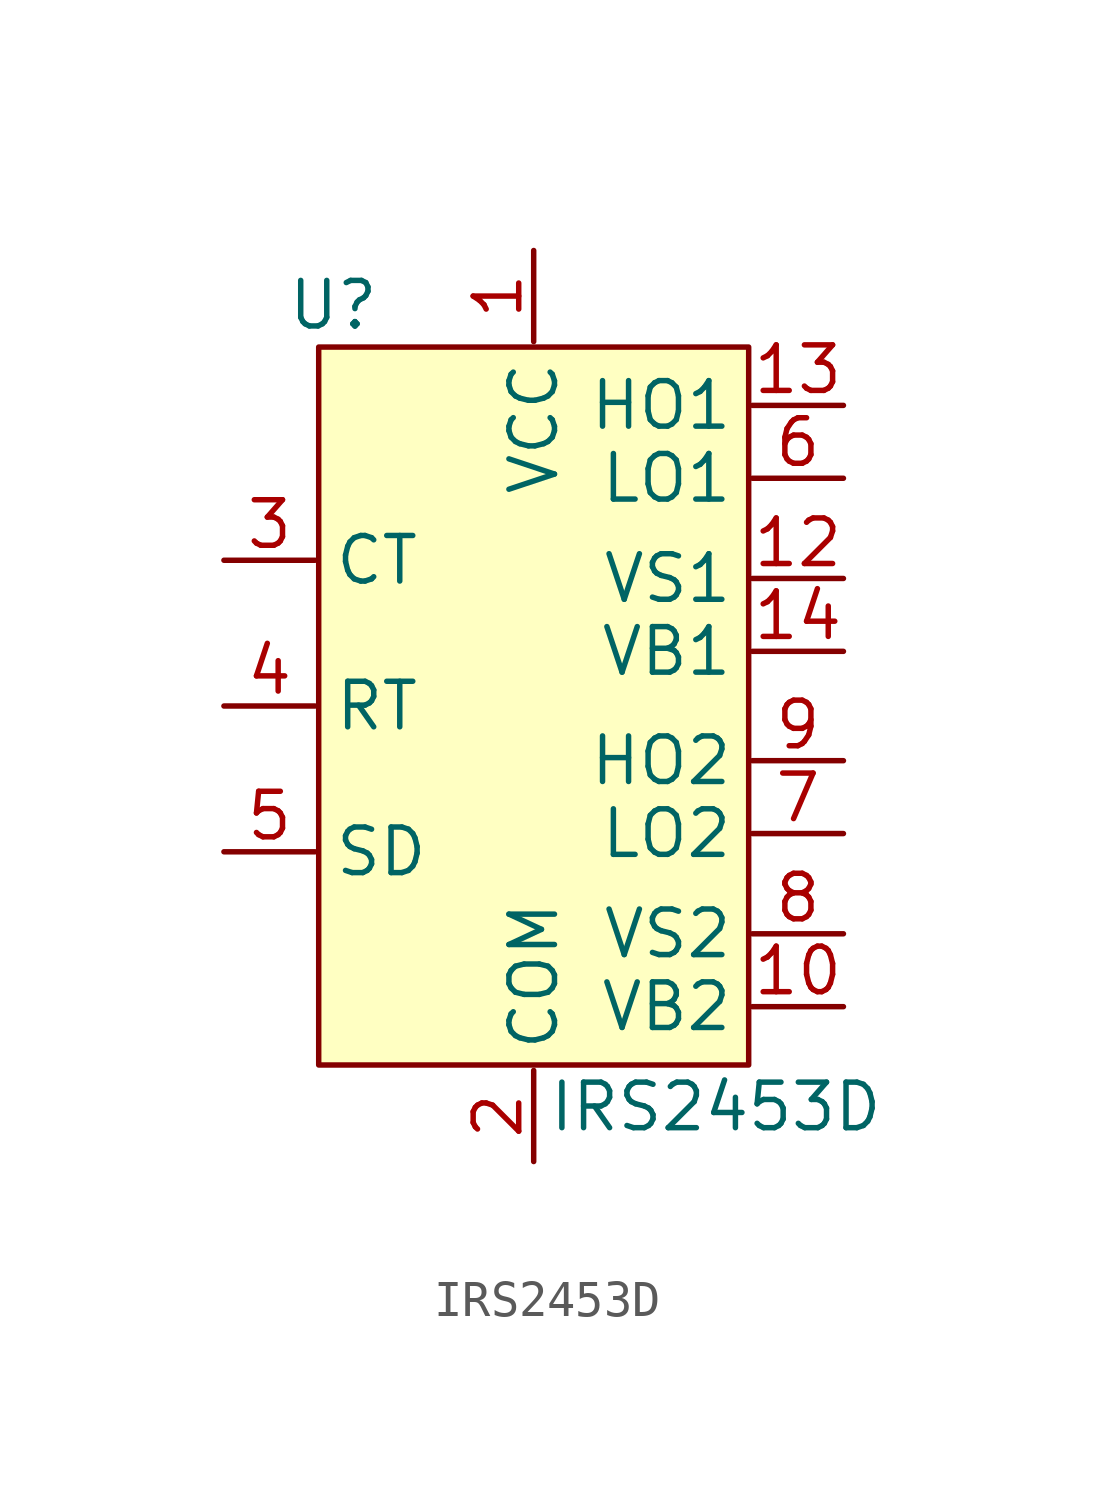
<source format=kicad_sym>
(kicad_symbol_lib
  (version 20211014)
  (generator kicad_symbol_editor)
  (symbol "IRS2453D"
    (property "Reference" "U"
      (at -5.588 11.176 0)
      (effects (font (size 1.27 1.27))))
    (property "Value" "IRS2453D"
      (at 5.08 -11.176 0)
      (effects (font (size 1.27 1.27))))
    (symbol "IRS2453D_0_1"
      (rectangle (start -5.994 10.008) (end 5.994 -10.008) (stroke (width 0) (type default) (color 0 0 0 0)) (fill (type background))))
    (symbol "IRS2453D_1_1"
      (pin power_in line (at 0 12.7 270) (length 2.54) (name "VCC" (effects (font (size 1.27 1.27)))) (number "1" (effects (font (size 1.27 1.27)))))
      (pin passive line (at 8.636 -8.382 180) (length 2.54) (name "VB2" (effects (font (size 1.27 1.27)))) (number "10" (effects (font (size 1.27 1.27)))))
      (pin passive line (at 8.636 3.556 180) (length 2.54) (name "VS1" (effects (font (size 1.27 1.27)))) (number "12" (effects (font (size 1.27 1.27)))))
      (pin output line (at 8.636 8.382 180) (length 2.54) (name "HO1" (effects (font (size 1.27 1.27)))) (number "13" (effects (font (size 1.27 1.27)))))
      (pin passive line (at 8.636 1.524 180) (length 2.54) (name "VB1" (effects (font (size 1.27 1.27)))) (number "14" (effects (font (size 1.27 1.27)))))
      (pin power_in line (at 0 -12.7 90) (length 2.54) (name "COM" (effects (font (size 1.27 1.27)))) (number "2" (effects (font (size 1.27 1.27)))))
      (pin passive line (at -8.636 4.064 0) (length 2.54) (name "CT" (effects (font (size 1.27 1.27)))) (number "3" (effects (font (size 1.27 1.27)))))
      (pin passive line (at -8.636 0 0) (length 2.54) (name "RT" (effects (font (size 1.27 1.27)))) (number "4" (effects (font (size 1.27 1.27)))))
      (pin input line (at -8.636 -4.064 0) (length 2.54) (name "SD" (effects (font (size 1.27 1.27)))) (number "5" (effects (font (size 1.27 1.27)))))
      (pin output line (at 8.636 6.35 180) (length 2.54) (name "LO1" (effects (font (size 1.27 1.27)))) (number "6" (effects (font (size 1.27 1.27)))))
      (pin output line (at 8.636 -3.556 180) (length 2.54) (name "LO2" (effects (font (size 1.27 1.27)))) (number "7" (effects (font (size 1.27 1.27)))))
      (pin passive line (at 8.636 -6.35 180) (length 2.54) (name "VS2" (effects (font (size 1.27 1.27)))) (number "8" (effects (font (size 1.27 1.27)))))
      (pin output line (at 8.636 -1.524 180) (length 2.54) (name "HO2" (effects (font (size 1.27 1.27)))) (number "9" (effects (font (size 1.27 1.27))))))))
</source>
